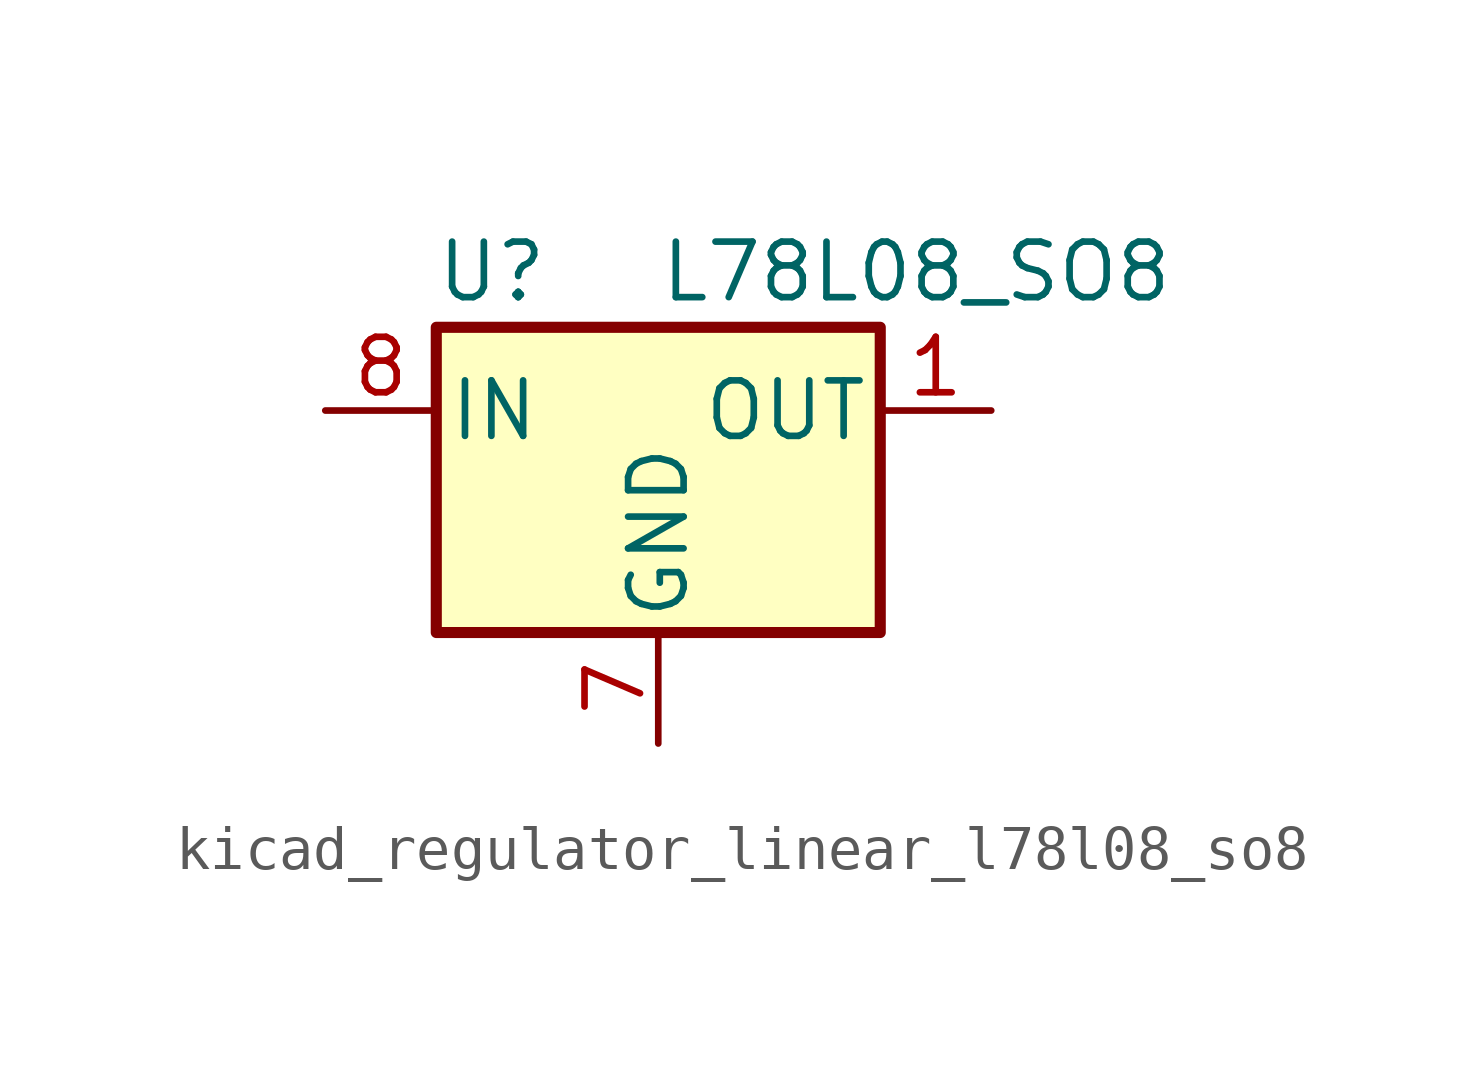
<source format=kicad_sym>
(kicad_symbol_lib
  (version 20220914)
  (generator kicad_symbol_editor)
  (symbol "kicad_regulator_linear_l78l08_so8"
    (pin_names
      (offset 0.254))
    (property "Reference" "U"
      (at -3.81 3.175 0)
      (effects (font (size 1.27 1.27))))
    (property "Value" "L78L08_SO8"
      (at 0 3.175 0)
      (effects (font (size 1.27 1.27)) (justify left)))
    (symbol "kicad_regulator_linear_l78l08_so8_0_1"
      (rectangle (start -5.08 1.905) (end 5.08 -5.08) (stroke (width 0.254) (type default)) (fill (type background))))
    (symbol "kicad_regulator_linear_l78l08_so8_1_1"
      (pin power_out line (at 7.62 0 180) (length 2.54) (name "OUT" (effects (font (size 1.27 1.27)))) (number "1" (effects (font (size 1.27 1.27)))))
      (pin passive line (at 0 -7.62 90) (length 2.54) hide (name "GND" (effects (font (size 1.27 1.27)))) (number "2" (effects (font (size 1.27 1.27)))))
      (pin passive line (at 0 -7.62 90) (length 2.54) hide (name "GND" (effects (font (size 1.27 1.27)))) (number "3" (effects (font (size 1.27 1.27)))))
      (pin no_connect line (at -5.08 -2.54 0) (length 2.54) hide (name "NC" (effects (font (size 1.27 1.27)))) (number "4" (effects (font (size 1.27 1.27)))))
      (pin no_connect line (at 5.08 -2.54 180) (length 2.54) hide (name "NC" (effects (font (size 1.27 1.27)))) (number "5" (effects (font (size 1.27 1.27)))))
      (pin passive line (at 0 -7.62 90) (length 2.54) hide (name "GND" (effects (font (size 1.27 1.27)))) (number "6" (effects (font (size 1.27 1.27)))))
      (pin power_in line (at 0 -7.62 90) (length 2.54) (name "GND" (effects (font (size 1.27 1.27)))) (number "7" (effects (font (size 1.27 1.27)))))
      (pin power_in line (at -7.62 0 0) (length 2.54) (name "IN" (effects (font (size 1.27 1.27)))) (number "8" (effects (font (size 1.27 1.27))))))))
</source>
